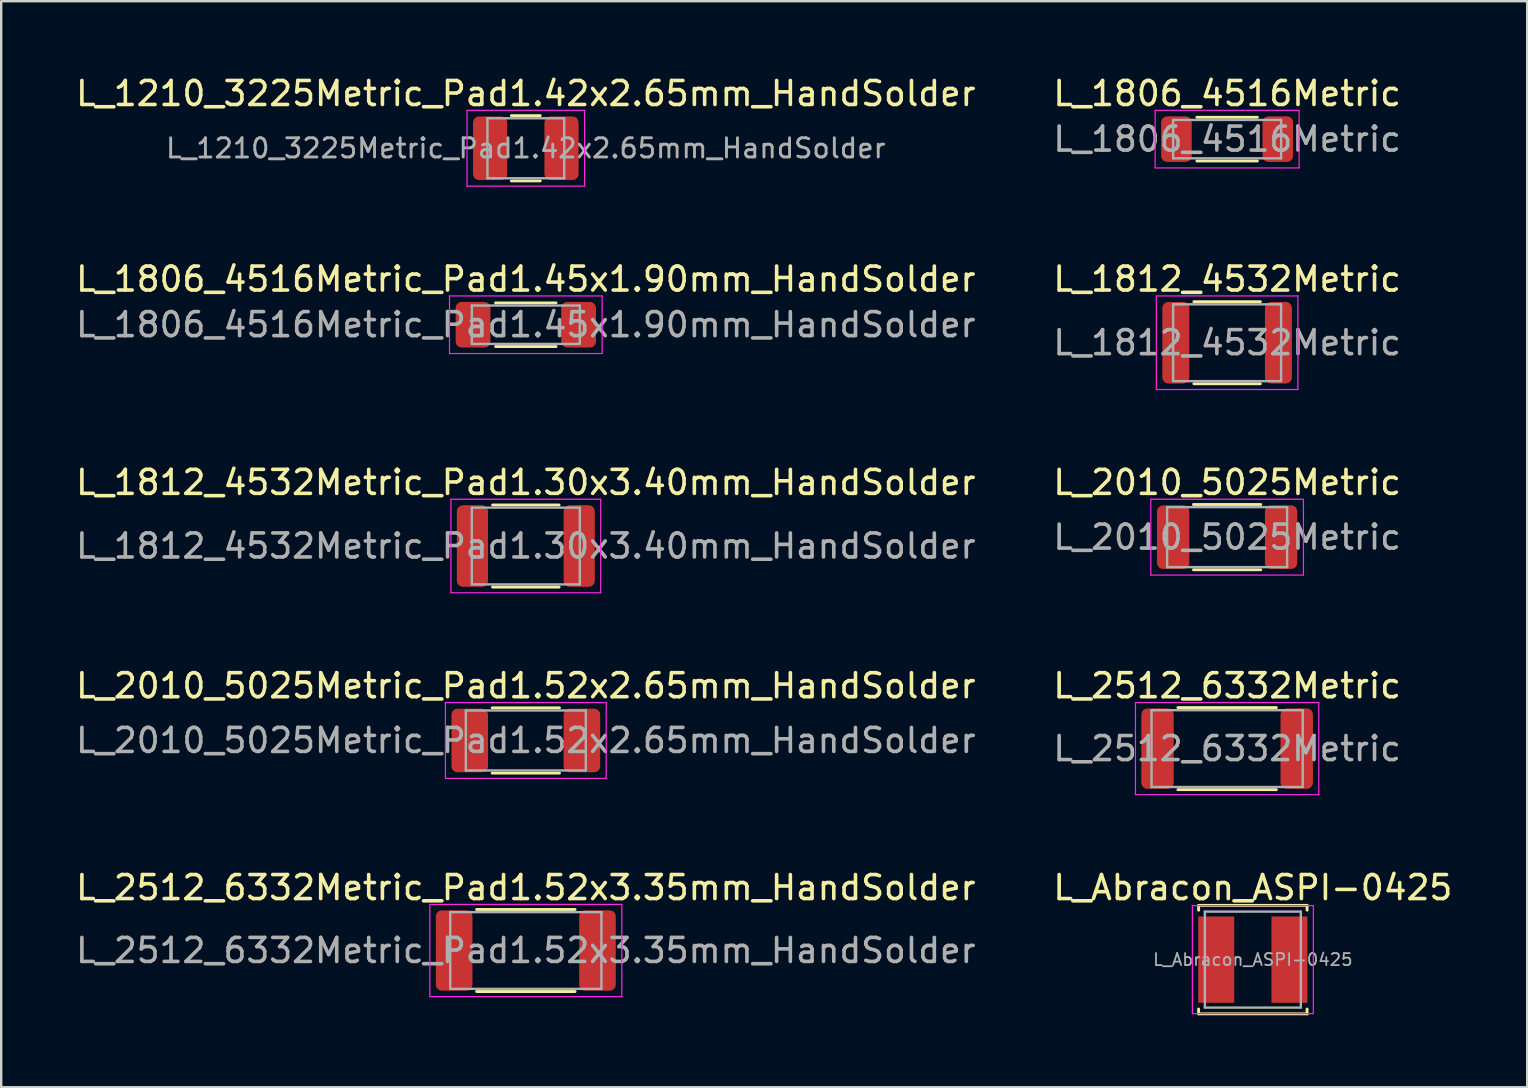
<source format=kicad_pcb>
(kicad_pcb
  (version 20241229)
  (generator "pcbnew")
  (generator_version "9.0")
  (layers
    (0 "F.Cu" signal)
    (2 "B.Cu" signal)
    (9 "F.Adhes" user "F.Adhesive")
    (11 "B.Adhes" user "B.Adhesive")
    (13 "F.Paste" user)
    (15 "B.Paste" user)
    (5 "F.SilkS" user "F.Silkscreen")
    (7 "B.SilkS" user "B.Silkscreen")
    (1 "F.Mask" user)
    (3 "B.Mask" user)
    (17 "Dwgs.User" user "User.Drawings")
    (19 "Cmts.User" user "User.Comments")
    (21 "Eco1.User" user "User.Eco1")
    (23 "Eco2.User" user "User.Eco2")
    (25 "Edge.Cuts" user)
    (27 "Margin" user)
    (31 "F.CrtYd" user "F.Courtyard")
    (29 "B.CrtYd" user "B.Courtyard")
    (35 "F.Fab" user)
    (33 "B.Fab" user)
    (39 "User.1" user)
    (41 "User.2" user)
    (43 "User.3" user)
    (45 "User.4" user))
  (footprint "L_2512_6332Metric_Pad1.52x3.35mm_HandSolder"
    (layer "F.Cu")
    (at 18.863 36.561)
    (property "Reference" "L_2512_6332Metric_Pad1.52x3.35mm_HandSolder" (at 0 -2.62 0) (layer "F.SilkS") (effects (font (size 1 1) (thickness 0.15))))
    (attr smd)
    (fp_line (start -2.052 -1.71) (end 2.052 -1.71) (stroke (width 0.12) (type solid)) (layer "F.SilkS"))
    (fp_line (start -2.052 1.71) (end 2.052 1.71) (stroke (width 0.12) (type solid)) (layer "F.SilkS"))
    (fp_line (start -4 -1.92) (end 4 -1.92) (stroke (width 0.05) (type solid)) (layer "F.CrtYd"))
    (fp_line (start -4 1.92) (end -4 -1.92) (stroke (width 0.05) (type solid)) (layer "F.CrtYd"))
    (fp_line (start 4 -1.92) (end 4 1.92) (stroke (width 0.05) (type solid)) (layer "F.CrtYd"))
    (fp_line (start 4 1.92) (end -4 1.92) (stroke (width 0.05) (type solid)) (layer "F.CrtYd"))
    (fp_line (start -3.15 -1.6) (end 3.15 -1.6) (stroke (width 0.1) (type solid)) (layer "F.Fab"))
    (fp_line (start -3.15 1.6) (end -3.15 -1.6) (stroke (width 0.1) (type solid)) (layer "F.Fab"))
    (fp_line (start 3.15 -1.6) (end 3.15 1.6) (stroke (width 0.1) (type solid)) (layer "F.Fab"))
    (fp_line (start 3.15 1.6) (end -3.15 1.6) (stroke (width 0.1) (type solid)) (layer "F.Fab"))
    (fp_text user "${REFERENCE}" (at 0 0 0) (layer "F.Fab") (effects (font (size 1 1) (thickness 0.15))))
    (pad "1" smd roundrect (at -2.987 0) (size 1.525 3.35) (layers "F.Cu" "F.Mask" "F.Paste") (roundrect_rratio 0.164))
    (pad "2" smd roundrect (at 2.987 0) (size 1.525 3.35) (layers "F.Cu" "F.Mask" "F.Paste") (roundrect_rratio 0.164)))
  (footprint "L_1806_4516Metric"
    (layer "F.Cu")
    (at 48.089 2.748)
    (property "Reference" "L_1806_4516Metric" (at 0 -1.9 0) (layer "F.SilkS") (effects (font (size 1 1) (thickness 0.15))))
    (attr smd)
    (fp_line (start -1.26 -0.91) (end 1.26 -0.91) (stroke (width 0.12) (type solid)) (layer "F.SilkS"))
    (fp_line (start -1.26 0.91) (end 1.26 0.91) (stroke (width 0.12) (type solid)) (layer "F.SilkS"))
    (fp_line (start -3 -1.2) (end 3 -1.2) (stroke (width 0.05) (type solid)) (layer "F.CrtYd"))
    (fp_line (start -3 1.2) (end -3 -1.2) (stroke (width 0.05) (type solid)) (layer "F.CrtYd"))
    (fp_line (start 3 -1.2) (end 3 1.2) (stroke (width 0.05) (type solid)) (layer "F.CrtYd"))
    (fp_line (start 3 1.2) (end -3 1.2) (stroke (width 0.05) (type solid)) (layer "F.CrtYd"))
    (fp_line (start -2.25 -0.8) (end 2.25 -0.8) (stroke (width 0.1) (type solid)) (layer "F.Fab"))
    (fp_line (start -2.25 0.8) (end -2.25 -0.8) (stroke (width 0.1) (type solid)) (layer "F.Fab"))
    (fp_line (start 2.25 -0.8) (end 2.25 0.8) (stroke (width 0.1) (type solid)) (layer "F.Fab"))
    (fp_line (start 2.25 0.8) (end -2.25 0.8) (stroke (width 0.1) (type solid)) (layer "F.Fab"))
    (fp_text user "${REFERENCE}" (at 0 0 0) (layer "F.Fab") (effects (font (size 1 1) (thickness 0.15))))
    (pad "1" smd roundrect (at -2.112 0) (size 1.275 1.9) (layers "F.Cu" "F.Mask" "F.Paste") (roundrect_rratio 0.196))
    (pad "2" smd roundrect (at 2.112 0) (size 1.275 1.9) (layers "F.Cu" "F.Mask" "F.Paste") (roundrect_rratio 0.196)))
  (footprint "L_1812_4532Metric_Pad1.30x3.40mm_HandSolder"
    (layer "F.Cu")
    (at 18.863 19.705)
    (property "Reference" "L_1812_4532Metric_Pad1.30x3.40mm_HandSolder" (at 0 -2.65 0) (layer "F.SilkS") (effects (font (size 1 1) (thickness 0.15))))
    (attr smd)
    (fp_line (start -1.386 -1.71) (end 1.386 -1.71) (stroke (width 0.12) (type solid)) (layer "F.SilkS"))
    (fp_line (start -1.386 1.71) (end 1.386 1.71) (stroke (width 0.12) (type solid)) (layer "F.SilkS"))
    (fp_line (start -3.12 -1.95) (end 3.12 -1.95) (stroke (width 0.05) (type solid)) (layer "F.CrtYd"))
    (fp_line (start -3.12 1.95) (end -3.12 -1.95) (stroke (width 0.05) (type solid)) (layer "F.CrtYd"))
    (fp_line (start 3.12 -1.95) (end 3.12 1.95) (stroke (width 0.05) (type solid)) (layer "F.CrtYd"))
    (fp_line (start 3.12 1.95) (end -3.12 1.95) (stroke (width 0.05) (type solid)) (layer "F.CrtYd"))
    (fp_line (start -2.25 -1.6) (end 2.25 -1.6) (stroke (width 0.1) (type solid)) (layer "F.Fab"))
    (fp_line (start -2.25 1.6) (end -2.25 -1.6) (stroke (width 0.1) (type solid)) (layer "F.Fab"))
    (fp_line (start 2.25 -1.6) (end 2.25 1.6) (stroke (width 0.1) (type solid)) (layer "F.Fab"))
    (fp_line (start 2.25 1.6) (end -2.25 1.6) (stroke (width 0.1) (type solid)) (layer "F.Fab"))
    (fp_text user "${REFERENCE}" (at 0 0 0) (layer "F.Fab") (effects (font (size 1 1) (thickness 0.15))))
    (pad "1" smd roundrect (at -2.225 0) (size 1.3 3.4) (layers "F.Cu" "F.Mask" "F.Paste") (roundrect_rratio 0.192))
    (pad "2" smd roundrect (at 2.225 0) (size 1.3 3.4) (layers "F.Cu" "F.Mask" "F.Paste") (roundrect_rratio 0.192)))
  (footprint "L_2512_6332Metric"
    (layer "F.Cu")
    (at 48.089 28.148)
    (property "Reference" "L_2512_6332Metric" (at 0 -2.62 0) (layer "F.SilkS") (effects (font (size 1 1) (thickness 0.15))))
    (attr smd)
    (fp_line (start -2.052 -1.71) (end 2.052 -1.71) (stroke (width 0.12) (type solid)) (layer "F.SilkS"))
    (fp_line (start -2.052 1.71) (end 2.052 1.71) (stroke (width 0.12) (type solid)) (layer "F.SilkS"))
    (fp_line (start -3.82 -1.92) (end 3.82 -1.92) (stroke (width 0.05) (type solid)) (layer "F.CrtYd"))
    (fp_line (start -3.82 1.92) (end -3.82 -1.92) (stroke (width 0.05) (type solid)) (layer "F.CrtYd"))
    (fp_line (start 3.82 -1.92) (end 3.82 1.92) (stroke (width 0.05) (type solid)) (layer "F.CrtYd"))
    (fp_line (start 3.82 1.92) (end -3.82 1.92) (stroke (width 0.05) (type solid)) (layer "F.CrtYd"))
    (fp_line (start -3.15 -1.6) (end 3.15 -1.6) (stroke (width 0.1) (type solid)) (layer "F.Fab"))
    (fp_line (start -3.15 1.6) (end -3.15 -1.6) (stroke (width 0.1) (type solid)) (layer "F.Fab"))
    (fp_line (start 3.15 -1.6) (end 3.15 1.6) (stroke (width 0.1) (type solid)) (layer "F.Fab"))
    (fp_line (start 3.15 1.6) (end -3.15 1.6) (stroke (width 0.1) (type solid)) (layer "F.Fab"))
    (fp_text user "${REFERENCE}" (at 0 0 0) (layer "F.Fab") (effects (font (size 1 1) (thickness 0.15))))
    (pad "1" smd roundrect (at -2.9 0) (size 1.35 3.35) (layers "F.Cu" "F.Mask" "F.Paste") (roundrect_rratio 0.185))
    (pad "2" smd roundrect (at 2.9 0) (size 1.35 3.35) (layers "F.Cu" "F.Mask" "F.Paste") (roundrect_rratio 0.185)))
  (footprint "L_1806_4516Metric_Pad1.45x1.90mm_HandSolder"
    (layer "F.Cu")
    (at 18.863 10.482)
    (property "Reference" "L_1806_4516Metric_Pad1.45x1.90mm_HandSolder" (at 0 -1.9 0) (layer "F.SilkS") (effects (font (size 1 1) (thickness 0.15))))
    (attr smd)
    (fp_line (start -1.26 -0.91) (end 1.26 -0.91) (stroke (width 0.12) (type solid)) (layer "F.SilkS"))
    (fp_line (start -1.26 0.91) (end 1.26 0.91) (stroke (width 0.12) (type solid)) (layer "F.SilkS"))
    (fp_line (start -3.18 -1.2) (end 3.18 -1.2) (stroke (width 0.05) (type solid)) (layer "F.CrtYd"))
    (fp_line (start -3.18 1.2) (end -3.18 -1.2) (stroke (width 0.05) (type solid)) (layer "F.CrtYd"))
    (fp_line (start 3.18 -1.2) (end 3.18 1.2) (stroke (width 0.05) (type solid)) (layer "F.CrtYd"))
    (fp_line (start 3.18 1.2) (end -3.18 1.2) (stroke (width 0.05) (type solid)) (layer "F.CrtYd"))
    (fp_line (start -2.25 -0.8) (end 2.25 -0.8) (stroke (width 0.1) (type solid)) (layer "F.Fab"))
    (fp_line (start -2.25 0.8) (end -2.25 -0.8) (stroke (width 0.1) (type solid)) (layer "F.Fab"))
    (fp_line (start 2.25 -0.8) (end 2.25 0.8) (stroke (width 0.1) (type solid)) (layer "F.Fab"))
    (fp_line (start 2.25 0.8) (end -2.25 0.8) (stroke (width 0.1) (type solid)) (layer "F.Fab"))
    (fp_text user "${REFERENCE}" (at 0 0 0) (layer "F.Fab") (effects (font (size 1 1) (thickness 0.15))))
    (pad "1" smd roundrect (at -2.2 0) (size 1.45 1.9) (layers "F.Cu" "F.Mask" "F.Paste") (roundrect_rratio 0.172))
    (pad "2" smd roundrect (at 2.2 0) (size 1.45 1.9) (layers "F.Cu" "F.Mask" "F.Paste") (roundrect_rratio 0.172)))
  (footprint "L_1210_3225Metric_Pad1.42x2.65mm_HandSolder"
    (layer "F.Cu")
    (at 18.863 3.128)
    (property "Reference" "L_1210_3225Metric_Pad1.42x2.65mm_HandSolder" (at 0 -2.28 0) (layer "F.SilkS") (effects (font (size 1 1) (thickness 0.15))))
    (attr smd)
    (fp_line (start -0.602 -1.36) (end 0.602 -1.36) (stroke (width 0.12) (type solid)) (layer "F.SilkS"))
    (fp_line (start -0.602 1.36) (end 0.602 1.36) (stroke (width 0.12) (type solid)) (layer "F.SilkS"))
    (fp_line (start -2.45 -1.58) (end 2.45 -1.58) (stroke (width 0.05) (type solid)) (layer "F.CrtYd"))
    (fp_line (start -2.45 1.58) (end -2.45 -1.58) (stroke (width 0.05) (type solid)) (layer "F.CrtYd"))
    (fp_line (start 2.45 -1.58) (end 2.45 1.58) (stroke (width 0.05) (type solid)) (layer "F.CrtYd"))
    (fp_line (start 2.45 1.58) (end -2.45 1.58) (stroke (width 0.05) (type solid)) (layer "F.CrtYd"))
    (fp_line (start -1.6 -1.25) (end 1.6 -1.25) (stroke (width 0.1) (type solid)) (layer "F.Fab"))
    (fp_line (start -1.6 1.25) (end -1.6 -1.25) (stroke (width 0.1) (type solid)) (layer "F.Fab"))
    (fp_line (start 1.6 -1.25) (end 1.6 1.25) (stroke (width 0.1) (type solid)) (layer "F.Fab"))
    (fp_line (start 1.6 1.25) (end -1.6 1.25) (stroke (width 0.1) (type solid)) (layer "F.Fab"))
    (fp_text user "${REFERENCE}" (at 0 0 0) (layer "F.Fab") (effects (font (size 0.8 0.8) (thickness 0.12))))
    (pad "1" smd roundrect (at -1.488 0) (size 1.425 2.65) (layers "F.Cu" "F.Mask" "F.Paste") (roundrect_rratio 0.175))
    (pad "2" smd roundrect (at 1.488 0) (size 1.425 2.65) (layers "F.Cu" "F.Mask" "F.Paste") (roundrect_rratio 0.175)))
  (footprint "L_2010_5025Metric"
    (layer "F.Cu")
    (at 48.089 19.335)
    (property "Reference" "L_2010_5025Metric" (at 0 -2.28 0) (layer "F.SilkS") (effects (font (size 1 1) (thickness 0.15))))
    (attr smd)
    (fp_line (start -1.402 -1.36) (end 1.402 -1.36) (stroke (width 0.12) (type solid)) (layer "F.SilkS"))
    (fp_line (start -1.402 1.36) (end 1.402 1.36) (stroke (width 0.12) (type solid)) (layer "F.SilkS"))
    (fp_line (start -3.18 -1.58) (end 3.18 -1.58) (stroke (width 0.05) (type solid)) (layer "F.CrtYd"))
    (fp_line (start -3.18 1.58) (end -3.18 -1.58) (stroke (width 0.05) (type solid)) (layer "F.CrtYd"))
    (fp_line (start 3.18 -1.58) (end 3.18 1.58) (stroke (width 0.05) (type solid)) (layer "F.CrtYd"))
    (fp_line (start 3.18 1.58) (end -3.18 1.58) (stroke (width 0.05) (type solid)) (layer "F.CrtYd"))
    (fp_line (start -2.5 -1.25) (end 2.5 -1.25) (stroke (width 0.1) (type solid)) (layer "F.Fab"))
    (fp_line (start -2.5 1.25) (end -2.5 -1.25) (stroke (width 0.1) (type solid)) (layer "F.Fab"))
    (fp_line (start 2.5 -1.25) (end 2.5 1.25) (stroke (width 0.1) (type solid)) (layer "F.Fab"))
    (fp_line (start 2.5 1.25) (end -2.5 1.25) (stroke (width 0.1) (type solid)) (layer "F.Fab"))
    (fp_text user "${REFERENCE}" (at 0 0 0) (layer "F.Fab") (effects (font (size 1 1) (thickness 0.15))))
    (pad "1" smd roundrect (at -2.25 0) (size 1.35 2.65) (layers "F.Cu" "F.Mask" "F.Paste") (roundrect_rratio 0.185))
    (pad "2" smd roundrect (at 2.25 0) (size 1.35 2.65) (layers "F.Cu" "F.Mask" "F.Paste") (roundrect_rratio 0.185)))
  (footprint "L_2010_5025Metric_Pad1.52x2.65mm_HandSolder"
    (layer "F.Cu")
    (at 18.863 27.808)
    (property "Reference" "L_2010_5025Metric_Pad1.52x2.65mm_HandSolder" (at 0 -2.28 0) (layer "F.SilkS") (effects (font (size 1 1) (thickness 0.15))))
    (attr smd)
    (fp_line (start -1.402 -1.36) (end 1.402 -1.36) (stroke (width 0.12) (type solid)) (layer "F.SilkS"))
    (fp_line (start -1.402 1.36) (end 1.402 1.36) (stroke (width 0.12) (type solid)) (layer "F.SilkS"))
    (fp_line (start -3.35 -1.58) (end 3.35 -1.58) (stroke (width 0.05) (type solid)) (layer "F.CrtYd"))
    (fp_line (start -3.35 1.58) (end -3.35 -1.58) (stroke (width 0.05) (type solid)) (layer "F.CrtYd"))
    (fp_line (start 3.35 -1.58) (end 3.35 1.58) (stroke (width 0.05) (type solid)) (layer "F.CrtYd"))
    (fp_line (start 3.35 1.58) (end -3.35 1.58) (stroke (width 0.05) (type solid)) (layer "F.CrtYd"))
    (fp_line (start -2.5 -1.25) (end 2.5 -1.25) (stroke (width 0.1) (type solid)) (layer "F.Fab"))
    (fp_line (start -2.5 1.25) (end -2.5 -1.25) (stroke (width 0.1) (type solid)) (layer "F.Fab"))
    (fp_line (start 2.5 -1.25) (end 2.5 1.25) (stroke (width 0.1) (type solid)) (layer "F.Fab"))
    (fp_line (start 2.5 1.25) (end -2.5 1.25) (stroke (width 0.1) (type solid)) (layer "F.Fab"))
    (fp_text user "${REFERENCE}" (at 0 0 0) (layer "F.Fab") (effects (font (size 1 1) (thickness 0.15))))
    (pad "1" smd roundrect (at -2.337 0) (size 1.525 2.65) (layers "F.Cu" "F.Mask" "F.Paste") (roundrect_rratio 0.164))
    (pad "2" smd roundrect (at 2.337 0) (size 1.525 2.65) (layers "F.Cu" "F.Mask" "F.Paste") (roundrect_rratio 0.164)))
  (footprint "L_1812_4532Metric"
    (layer "F.Cu")
    (at 48.089 11.232)
    (property "Reference" "L_1812_4532Metric" (at 0 -2.65 0) (layer "F.SilkS") (effects (font (size 1 1) (thickness 0.15))))
    (attr smd)
    (fp_line (start -1.386 -1.71) (end 1.386 -1.71) (stroke (width 0.12) (type solid)) (layer "F.SilkS"))
    (fp_line (start -1.386 1.71) (end 1.386 1.71) (stroke (width 0.12) (type solid)) (layer "F.SilkS"))
    (fp_line (start -2.95 -1.95) (end 2.95 -1.95) (stroke (width 0.05) (type solid)) (layer "F.CrtYd"))
    (fp_line (start -2.95 1.95) (end -2.95 -1.95) (stroke (width 0.05) (type solid)) (layer "F.CrtYd"))
    (fp_line (start 2.95 -1.95) (end 2.95 1.95) (stroke (width 0.05) (type solid)) (layer "F.CrtYd"))
    (fp_line (start 2.95 1.95) (end -2.95 1.95) (stroke (width 0.05) (type solid)) (layer "F.CrtYd"))
    (fp_line (start -2.25 -1.6) (end 2.25 -1.6) (stroke (width 0.1) (type solid)) (layer "F.Fab"))
    (fp_line (start -2.25 1.6) (end -2.25 -1.6) (stroke (width 0.1) (type solid)) (layer "F.Fab"))
    (fp_line (start 2.25 -1.6) (end 2.25 1.6) (stroke (width 0.1) (type solid)) (layer "F.Fab"))
    (fp_line (start 2.25 1.6) (end -2.25 1.6) (stroke (width 0.1) (type solid)) (layer "F.Fab"))
    (fp_text user "${REFERENCE}" (at 0 0 0) (layer "F.Fab") (effects (font (size 1 1) (thickness 0.15))))
    (pad "1" smd roundrect (at -2.138 0) (size 1.125 3.4) (layers "F.Cu" "F.Mask" "F.Paste") (roundrect_rratio 0.222))
    (pad "2" smd roundrect (at 2.138 0) (size 1.125 3.4) (layers "F.Cu" "F.Mask" "F.Paste") (roundrect_rratio 0.222)))
  (footprint "L_Abracon_ASPI-0425"
    (layer "F.Cu")
    (at 49.161 36.941)
    (property "Reference" "L_Abracon_ASPI-0425" (at 0 -3 0) (layer "F.SilkS") (effects (font (size 1 1) (thickness 0.15))))
    (attr smd)
    (fp_line (start -2.26 -2.26) (end -2.26 -2.06) (stroke (width 0.12) (type solid)) (layer "F.SilkS"))
    (fp_line (start -2.26 -2.26) (end 2.26 -2.26) (stroke (width 0.12) (type solid)) (layer "F.SilkS"))
    (fp_line (start -2.26 2.26) (end -2.26 2.06) (stroke (width 0.12) (type solid)) (layer "F.SilkS"))
    (fp_line (start -2.26 2.26) (end 2.26 2.26) (stroke (width 0.12) (type solid)) (layer "F.SilkS"))
    (fp_line (start 2.26 -2.26) (end 2.26 -2.06) (stroke (width 0.12) (type solid)) (layer "F.SilkS"))
    (fp_line (start 2.26 2.26) (end 2.26 2.06) (stroke (width 0.12) (type solid)) (layer "F.SilkS"))
    (fp_line (start -2.52 -2.25) (end -2.52 2.25) (stroke (width 0.05) (type solid)) (layer "F.CrtYd"))
    (fp_line (start -2.52 2.25) (end 2.52 2.25) (stroke (width 0.05) (type solid)) (layer "F.CrtYd"))
    (fp_line (start 2.52 -2.25) (end -2.52 -2.25) (stroke (width 0.05) (type solid)) (layer "F.CrtYd"))
    (fp_line (start 2.52 2.25) (end 2.52 -2.25) (stroke (width 0.05) (type solid)) (layer "F.CrtYd"))
    (fp_line (start -2 -2) (end -2 2) (stroke (width 0.1) (type solid)) (layer "F.Fab"))
    (fp_line (start -2 2) (end 2 2) (stroke (width 0.1) (type solid)) (layer "F.Fab"))
    (fp_line (start 2 -2) (end -2 -2) (stroke (width 0.1) (type solid)) (layer "F.Fab"))
    (fp_line (start 2 2) (end 2 -2) (stroke (width 0.1) (type solid)) (layer "F.Fab"))
    (fp_text user "${REFERENCE}" (at 0 0 0) (layer "F.Fab") (effects (font (size 0.5 0.5) (thickness 0.075))))
    (pad "1" smd rect (at -1.525 0) (size 1.5 3.6) (layers "F.Cu" "F.Mask" "F.Paste"))
    (pad "2" smd rect (at 1.525 0) (size 1.5 3.6) (layers "F.Cu" "F.Mask" "F.Paste")))
  (gr_rect
    (start -3 -3)
    (end 60.595 42.261)
    (stroke (width 0.1) (type default))
    (fill no)
    (layer "Edge.Cuts")))
</source>
